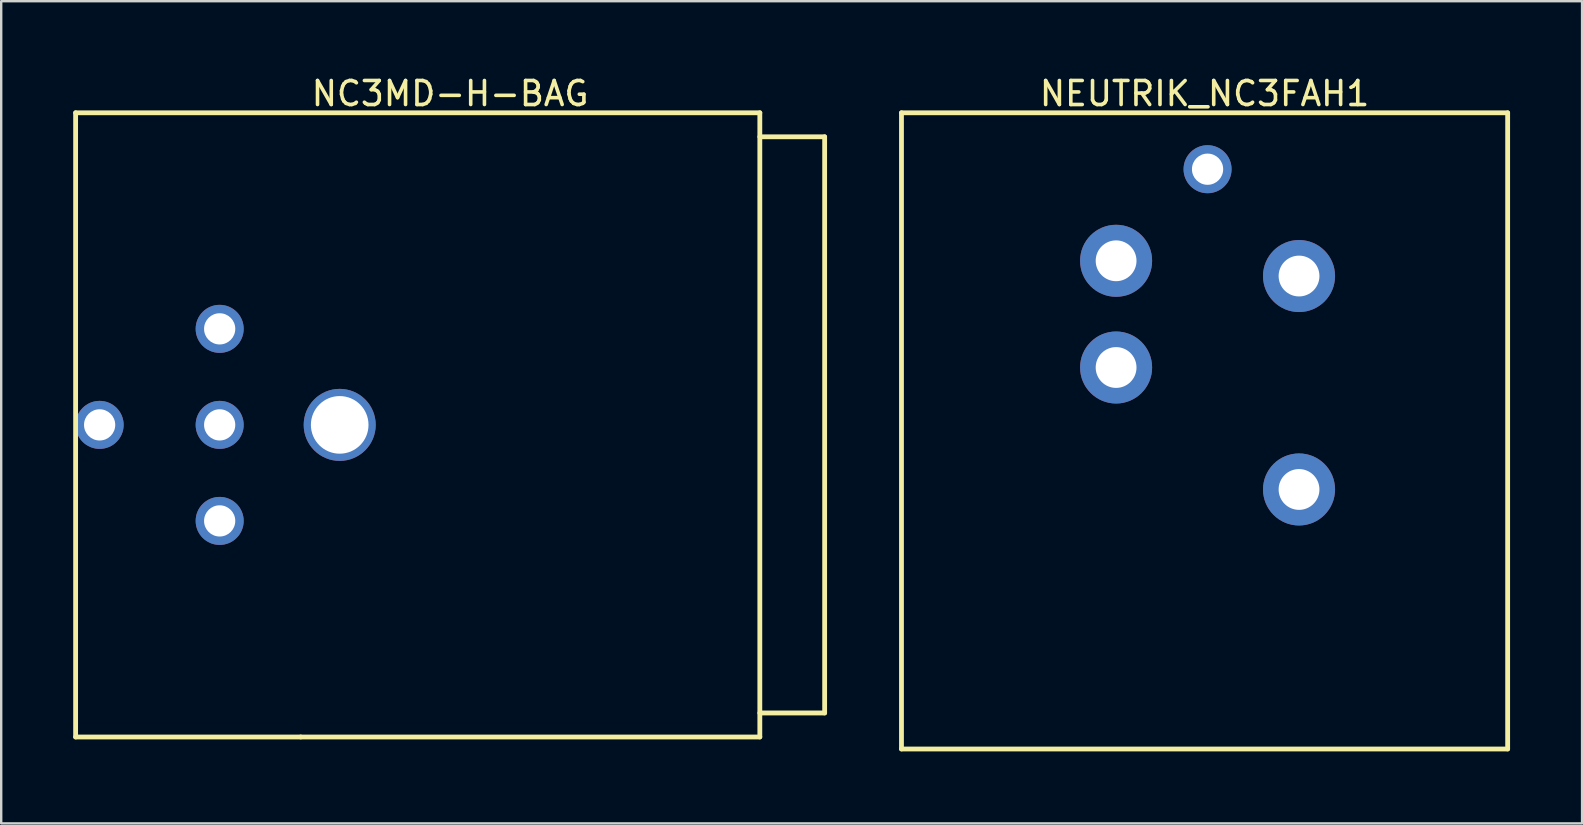
<source format=kicad_pcb>
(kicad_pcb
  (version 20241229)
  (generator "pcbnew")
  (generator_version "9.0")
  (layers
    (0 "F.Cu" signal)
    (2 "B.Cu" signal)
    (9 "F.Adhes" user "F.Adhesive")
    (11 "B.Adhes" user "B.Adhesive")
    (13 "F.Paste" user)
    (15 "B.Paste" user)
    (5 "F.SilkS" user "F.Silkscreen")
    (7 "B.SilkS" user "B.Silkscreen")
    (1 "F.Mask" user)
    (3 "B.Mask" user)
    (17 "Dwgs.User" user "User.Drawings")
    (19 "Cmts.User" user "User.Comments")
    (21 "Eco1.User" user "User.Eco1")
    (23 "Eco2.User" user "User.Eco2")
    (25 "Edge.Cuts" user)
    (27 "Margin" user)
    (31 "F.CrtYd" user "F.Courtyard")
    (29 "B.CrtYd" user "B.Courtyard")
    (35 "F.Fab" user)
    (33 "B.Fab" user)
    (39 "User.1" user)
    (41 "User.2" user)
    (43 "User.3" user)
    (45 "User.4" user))
  (footprint "NC3MD-H-BAG"
    (layer "F.Cu")
    (at 28.6 14.648)
    (property "Reference" "NC3MD-H-BAG" (at -12.9 -13.8 0) (layer "F.SilkS") (effects (font (size 1 1) (thickness 0.15))))
    (fp_line (start -28.5 -13) (end 0 -13) (stroke (width 0.2) (type solid)) (layer "F.SilkS"))
    (fp_line (start -28.5 13) (end -28.5 -13) (stroke (width 0.2) (type solid)) (layer "F.SilkS"))
    (fp_line (start -28.5 13) (end -19.125 13) (stroke (width 0.2) (type solid)) (layer "F.SilkS"))
    (fp_line (start -19.125 13) (end 0 13) (stroke (width 0.2) (type solid)) (layer "F.SilkS"))
    (fp_line (start 0 -12) (end 2.7 -12) (stroke (width 0.2) (type solid)) (layer "F.SilkS"))
    (fp_line (start 0 12) (end 2.7 12) (stroke (width 0.2) (type solid)) (layer "F.SilkS"))
    (fp_line (start 0 13) (end 0 -13) (stroke (width 0.2) (type solid)) (layer "F.SilkS"))
    (fp_line (start 2.7 12) (end 2.7 -12) (stroke (width 0.2) (type solid)) (layer "F.SilkS"))
    (pad "0" thru_hole circle (at -17.5 0 270) (size 3 3) (drill 2.4) (layers "*.Cu" "*.Mask"))
    (pad "1" thru_hole circle (at -22.5 4 270) (size 2 2) (drill 1.3) (layers "*.Cu" "*.Mask"))
    (pad "2" thru_hole circle (at -22.5 -4 270) (size 2 2) (drill 1.3) (layers "*.Cu" "*.Mask"))
    (pad "3" thru_hole circle (at -22.5 0 270) (size 2 2) (drill 1.3) (layers "*.Cu" "*.Mask"))
    (pad "G" thru_hole circle (at -27.5 0 270) (size 2 2) (drill 1.3) (layers "*.Cu" "*.Mask")))
  (footprint "NEUTRIK_NC3FAH1"
    (layer "F.Cu")
    (at 47.25 21.148)
    (property "Reference" "NEUTRIK_NC3FAH1" (at -0.125 -20.3 0) (layer "F.SilkS") (effects (font (size 1 1) (thickness 0.15))))
    (fp_line (start -12.75 -19.5) (end 12.5 -19.5) (stroke (width 0.2) (type solid)) (layer "F.SilkS"))
    (fp_line (start -12.75 7) (end -12.75 -19.5) (stroke (width 0.2) (type solid)) (layer "F.SilkS"))
    (fp_line (start -12.75 7) (end 12.5 7) (stroke (width 0.2) (type solid)) (layer "F.SilkS"))
    (fp_line (start 12.5 7) (end 12.5 -19.5) (stroke (width 0.2) (type solid)) (layer "F.SilkS"))
    (pad "0" thru_hole circle (at -3.81 -8.89 180) (size 3 3) (drill 1.7) (layers "*.Cu" "*.Mask"))
    (pad "0" thru_hole circle (at 3.81 -3.81 180) (size 3 3) (drill 1.7) (layers "*.Cu" "*.Mask"))
    (pad "1+G" thru_hole circle (at 3.81 -12.7 180) (size 3 3) (drill 1.7) (layers "*.Cu" "*.Mask"))
    (pad "2" thru_hole circle (at -3.81 -13.335 180) (size 3 3) (drill 1.7) (layers "*.Cu" "*.Mask"))
    (pad "3" thru_hole circle (at 0 -17.15 180) (size 2 2) (drill 1.3) (layers "*.Cu" "*.Mask")))
  (gr_rect
    (start -3 -3)
    (end 62.85 31.248)
    (stroke (width 0.1) (type default))
    (fill no)
    (layer "Edge.Cuts")))
</source>
